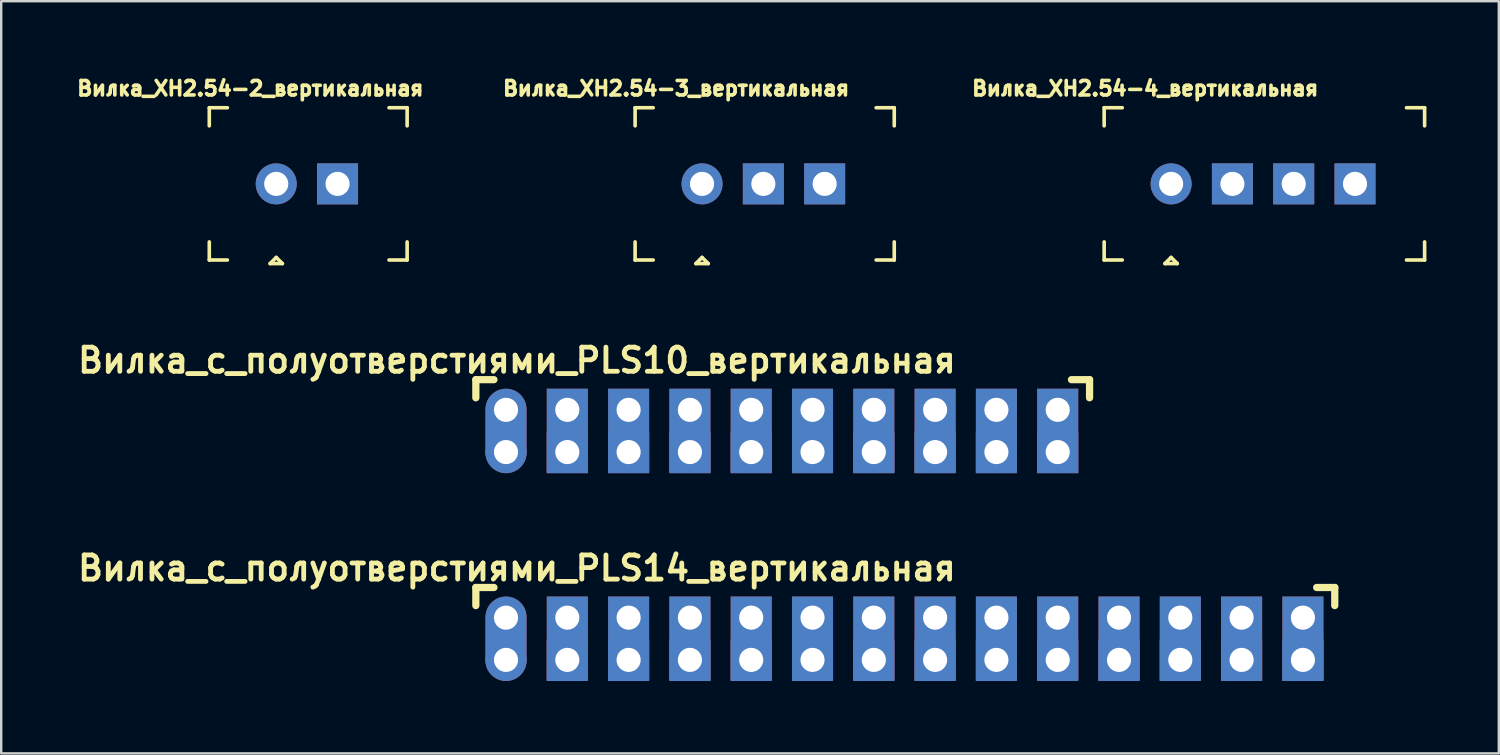
<source format=kicad_pcb>
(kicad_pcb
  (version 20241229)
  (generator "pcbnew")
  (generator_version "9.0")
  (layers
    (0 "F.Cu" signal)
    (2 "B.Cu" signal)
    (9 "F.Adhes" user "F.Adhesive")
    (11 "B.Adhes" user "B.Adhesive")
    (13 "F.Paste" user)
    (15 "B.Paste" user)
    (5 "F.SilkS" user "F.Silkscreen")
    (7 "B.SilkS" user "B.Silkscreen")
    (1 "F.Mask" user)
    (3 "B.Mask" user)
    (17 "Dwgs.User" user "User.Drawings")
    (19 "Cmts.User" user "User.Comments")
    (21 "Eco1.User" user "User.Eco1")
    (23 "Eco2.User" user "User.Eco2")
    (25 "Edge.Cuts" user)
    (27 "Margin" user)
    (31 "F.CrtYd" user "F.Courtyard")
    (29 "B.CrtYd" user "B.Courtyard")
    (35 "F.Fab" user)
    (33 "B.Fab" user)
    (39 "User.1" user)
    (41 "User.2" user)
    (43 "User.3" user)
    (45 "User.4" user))
  (footprint "Вилка_XH2.54-3_вертикальная"
    (layer "F.Cu")
    (at 26.04 4.569)
    (property "Reference" "Вилка_XH2.54-3_вертикальная" (at -1.074 -3.955 0) (layer "F.SilkS") (effects (font (size 0.6 0.6) (thickness 0.15))))
    (attr through_hole)
    (fp_line (start -2.774 -3.155) (end -2.774 -2.405) (stroke (width 0.15) (type solid)) (layer "F.SilkS"))
    (fp_line (start -2.774 -3.155) (end -2.024 -3.155) (stroke (width 0.15) (type solid)) (layer "F.SilkS"))
    (fp_line (start -2.774 2.405) (end -2.774 3.155) (stroke (width 0.15) (type solid)) (layer "F.SilkS"))
    (fp_line (start -2.774 3.155) (end -2.024 3.155) (stroke (width 0.15) (type solid)) (layer "F.SilkS"))
    (fp_line (start -0.254 3.302) (end 0.254 3.302) (stroke (width 0.15) (type solid)) (layer "F.SilkS"))
    (fp_line (start 0 3.048) (end -0.254 3.302) (stroke (width 0.15) (type solid)) (layer "F.SilkS"))
    (fp_line (start 0.254 3.302) (end 0 3.048) (stroke (width 0.15) (type solid)) (layer "F.SilkS"))
    (fp_line (start 7.214 -3.155) (end 7.964 -3.155) (stroke (width 0.15) (type solid)) (layer "F.SilkS"))
    (fp_line (start 7.964 -3.155) (end 7.964 -2.405) (stroke (width 0.15) (type solid)) (layer "F.SilkS"))
    (fp_line (start 7.964 2.405) (end 7.964 3.155) (stroke (width 0.15) (type solid)) (layer "F.SilkS"))
    (fp_line (start 7.964 3.155) (end 7.214 3.155) (stroke (width 0.15) (type solid)) (layer "F.SilkS"))
    (pad "1" thru_hole circle (at 0 0) (size 1.7 1.7) (drill 1) (layers "*.Cu" "*.Mask"))
    (pad "2" thru_hole rect (at 2.54 0) (size 1.7 1.7) (drill 1) (layers "*.Cu" "*.Mask"))
    (pad "3" thru_hole rect (at 5.08 0) (size 1.7 1.7) (drill 1) (layers "*.Cu" "*.Mask")))
  (footprint "Вилка_XH2.54-4_вертикальная"
    (layer "F.Cu")
    (at 45.476 4.569)
    (property "Reference" "Вилка_XH2.54-4_вертикальная" (at -1.074 -3.955 0) (layer "F.SilkS") (effects (font (size 0.6 0.6) (thickness 0.15))))
    (attr through_hole)
    (fp_line (start -2.774 -3.155) (end -2.774 -2.405) (stroke (width 0.15) (type solid)) (layer "F.SilkS"))
    (fp_line (start -2.774 -3.155) (end -2.024 -3.155) (stroke (width 0.15) (type solid)) (layer "F.SilkS"))
    (fp_line (start -2.774 2.405) (end -2.774 3.155) (stroke (width 0.15) (type solid)) (layer "F.SilkS"))
    (fp_line (start -2.774 3.155) (end -2.024 3.155) (stroke (width 0.15) (type solid)) (layer "F.SilkS"))
    (fp_line (start -0.254 3.302) (end 0.254 3.302) (stroke (width 0.15) (type solid)) (layer "F.SilkS"))
    (fp_line (start 0 3.048) (end -0.254 3.302) (stroke (width 0.15) (type solid)) (layer "F.SilkS"))
    (fp_line (start 0.254 3.302) (end 0 3.048) (stroke (width 0.15) (type solid)) (layer "F.SilkS"))
    (fp_line (start 9.754 -3.155) (end 10.504 -3.155) (stroke (width 0.15) (type solid)) (layer "F.SilkS"))
    (fp_line (start 10.504 -3.155) (end 10.504 -2.405) (stroke (width 0.15) (type solid)) (layer "F.SilkS"))
    (fp_line (start 10.504 2.405) (end 10.504 3.155) (stroke (width 0.15) (type solid)) (layer "F.SilkS"))
    (fp_line (start 10.504 3.155) (end 9.754 3.155) (stroke (width 0.15) (type solid)) (layer "F.SilkS"))
    (pad "1" thru_hole circle (at 0 0) (size 1.7 1.7) (drill 1) (layers "*.Cu" "*.Mask"))
    (pad "2" thru_hole rect (at 2.54 0) (size 1.7 1.7) (drill 1) (layers "*.Cu" "*.Mask"))
    (pad "3" thru_hole rect (at 5.08 0) (size 1.7 1.7) (drill 1) (layers "*.Cu" "*.Mask"))
    (pad "4" thru_hole rect (at 7.62 0) (size 1.7 1.7) (drill 1) (layers "*.Cu" "*.Mask")))
  (footprint "Вилка_с_полуотверстиями_PLS10_вертикальная"
    (layer "F.Cu")
    (at 17.917 13.932)
    (property "Reference" "Вилка_с_полуотверстиями_PLS10_вертикальная" (at 0.45 -2.05 0) (layer "F.SilkS") (effects (font (size 1 1) (thickness 0.2))))
    (attr through_hole)
    (fp_line (start -1.25 -1.25) (end -1.25 -0.5) (stroke (width 0.3) (type solid)) (layer "F.SilkS"))
    (fp_line (start -1.25 -1.25) (end -0.5 -1.25) (stroke (width 0.3) (type solid)) (layer "F.SilkS"))
    (fp_line (start 23.43 -1.25) (end 24.18 -1.25) (stroke (width 0.3) (type solid)) (layer "F.SilkS"))
    (fp_line (start 24.18 -1.25) (end 24.18 -0.5) (stroke (width 0.3) (type solid)) (layer "F.SilkS"))
    (pad "1" thru_hole oval (at 0 0) (size 1.7 3.5) (drill 1 (offset 0 0.875)) (layers "*.Cu" "*.Mask"))
    (pad "1" thru_hole circle (at 0 1.75) (size 1.7 1.7) (drill 1) (layers "*.Cu" "*.Mask"))
    (pad "2" thru_hole rect (at 2.54 0) (size 1.7 3.5) (drill 1 (offset 0 0.875)) (layers "*.Cu" "*.Mask"))
    (pad "2" thru_hole rect (at 2.54 1.75) (size 1.7 1.7) (drill 1) (layers "*.Cu" "*.Mask"))
    (pad "3" thru_hole rect (at 5.08 0) (size 1.7 3.5) (drill 1 (offset 0 0.875)) (layers "*.Cu" "*.Mask"))
    (pad "3" thru_hole rect (at 5.08 1.75) (size 1.7 1.7) (drill 1) (layers "*.Cu" "*.Mask"))
    (pad "4" thru_hole rect (at 7.62 0) (size 1.7 3.5) (drill 1 (offset 0 0.875)) (layers "*.Cu" "*.Mask"))
    (pad "4" thru_hole rect (at 7.62 1.75) (size 1.7 1.7) (drill 1) (layers "*.Cu" "*.Mask"))
    (pad "5" thru_hole rect (at 10.16 0) (size 1.7 3.5) (drill 1 (offset 0 0.875)) (layers "*.Cu" "*.Mask"))
    (pad "5" thru_hole rect (at 10.16 1.75) (size 1.7 1.7) (drill 1) (layers "*.Cu" "*.Mask"))
    (pad "6" thru_hole rect (at 12.7 0) (size 1.7 3.5) (drill 1 (offset 0 0.875)) (layers "*.Cu" "*.Mask"))
    (pad "6" thru_hole rect (at 12.7 1.75) (size 1.7 1.7) (drill 1) (layers "*.Cu" "*.Mask"))
    (pad "7" thru_hole rect (at 15.24 0) (size 1.7 3.5) (drill 1 (offset 0 0.875)) (layers "*.Cu" "*.Mask"))
    (pad "7" thru_hole rect (at 15.24 1.75) (size 1.7 1.7) (drill 1) (layers "*.Cu" "*.Mask"))
    (pad "8" thru_hole rect (at 17.78 0) (size 1.7 3.5) (drill 1 (offset 0 0.875)) (layers "*.Cu" "*.Mask"))
    (pad "8" thru_hole rect (at 17.78 1.75) (size 1.7 1.7) (drill 1) (layers "*.Cu" "*.Mask"))
    (pad "9" thru_hole rect (at 20.32 0) (size 1.7 3.5) (drill 1 (offset 0 0.875)) (layers "*.Cu" "*.Mask"))
    (pad "9" thru_hole rect (at 20.32 1.75) (size 1.7 1.7) (drill 1) (layers "*.Cu" "*.Mask"))
    (pad "10" thru_hole rect (at 22.86 0) (size 1.7 3.5) (drill 1 (offset 0 0.875)) (layers "*.Cu" "*.Mask"))
    (pad "10" thru_hole rect (at 22.86 1.75) (size 1.7 1.7) (drill 1) (layers "*.Cu" "*.Mask")))
  (footprint "Вилка_XH2.54-2_вертикальная"
    (layer "F.Cu")
    (at 8.396 4.569)
    (property "Reference" "Вилка_XH2.54-2_вертикальная" (at -1.074 -3.955 0) (layer "F.SilkS") (effects (font (size 0.6 0.6) (thickness 0.15))))
    (attr through_hole)
    (fp_line (start -2.774 -3.155) (end -2.774 -2.405) (stroke (width 0.15) (type solid)) (layer "F.SilkS"))
    (fp_line (start -2.774 -3.155) (end -2.024 -3.155) (stroke (width 0.15) (type solid)) (layer "F.SilkS"))
    (fp_line (start -2.774 2.405) (end -2.774 3.155) (stroke (width 0.15) (type solid)) (layer "F.SilkS"))
    (fp_line (start -2.774 3.155) (end -2.024 3.155) (stroke (width 0.15) (type solid)) (layer "F.SilkS"))
    (fp_line (start -0.254 3.302) (end 0.254 3.302) (stroke (width 0.15) (type solid)) (layer "F.SilkS"))
    (fp_line (start 0 3.048) (end -0.254 3.302) (stroke (width 0.15) (type solid)) (layer "F.SilkS"))
    (fp_line (start 0.254 3.302) (end 0 3.048) (stroke (width 0.15) (type solid)) (layer "F.SilkS"))
    (fp_line (start 4.674 -3.155) (end 5.424 -3.155) (stroke (width 0.15) (type solid)) (layer "F.SilkS"))
    (fp_line (start 5.424 -3.155) (end 5.424 -2.405) (stroke (width 0.15) (type solid)) (layer "F.SilkS"))
    (fp_line (start 5.424 2.405) (end 5.424 3.155) (stroke (width 0.15) (type solid)) (layer "F.SilkS"))
    (fp_line (start 5.424 3.155) (end 4.674 3.155) (stroke (width 0.15) (type solid)) (layer "F.SilkS"))
    (pad "1" thru_hole circle (at 0 0) (size 1.7 1.7) (drill 1) (layers "*.Cu" "*.Mask"))
    (pad "2" thru_hole rect (at 2.54 0) (size 1.7 1.7) (drill 1) (layers "*.Cu" "*.Mask")))
  (footprint "Вилка_с_полуотверстиями_PLS14_вертикальная"
    (layer "F.Cu")
    (at 17.917 22.543)
    (property "Reference" "Вилка_с_полуотверстиями_PLS14_вертикальная" (at 0.45 -2.05 0) (layer "F.SilkS") (effects (font (size 1 1) (thickness 0.2))))
    (attr through_hole)
    (fp_line (start -1.25 -1.25) (end -1.25 -0.5) (stroke (width 0.3) (type solid)) (layer "F.SilkS"))
    (fp_line (start -1.25 -1.25) (end -0.5 -1.25) (stroke (width 0.3) (type solid)) (layer "F.SilkS"))
    (fp_line (start 33.59 -1.25) (end 34.34 -1.25) (stroke (width 0.3) (type solid)) (layer "F.SilkS"))
    (fp_line (start 34.34 -1.25) (end 34.34 -0.5) (stroke (width 0.3) (type solid)) (layer "F.SilkS"))
    (pad "1" thru_hole oval (at 0 0) (size 1.7 3.5) (drill 1 (offset 0 0.875)) (layers "*.Cu" "*.Mask"))
    (pad "1" thru_hole circle (at 0 1.75) (size 1.7 1.7) (drill 1) (layers "*.Cu" "*.Mask"))
    (pad "2" thru_hole rect (at 2.54 0) (size 1.7 3.5) (drill 1 (offset 0 0.875)) (layers "*.Cu" "*.Mask"))
    (pad "2" thru_hole rect (at 2.54 1.75) (size 1.7 1.7) (drill 1) (layers "*.Cu" "*.Mask"))
    (pad "3" thru_hole rect (at 5.08 0) (size 1.7 3.5) (drill 1 (offset 0 0.875)) (layers "*.Cu" "*.Mask"))
    (pad "3" thru_hole rect (at 5.08 1.75) (size 1.7 1.7) (drill 1) (layers "*.Cu" "*.Mask"))
    (pad "4" thru_hole rect (at 7.62 0) (size 1.7 3.5) (drill 1 (offset 0 0.875)) (layers "*.Cu" "*.Mask"))
    (pad "4" thru_hole rect (at 7.62 1.75) (size 1.7 1.7) (drill 1) (layers "*.Cu" "*.Mask"))
    (pad "5" thru_hole rect (at 10.16 0) (size 1.7 3.5) (drill 1 (offset 0 0.875)) (layers "*.Cu" "*.Mask"))
    (pad "5" thru_hole rect (at 10.16 1.75) (size 1.7 1.7) (drill 1) (layers "*.Cu" "*.Mask"))
    (pad "6" thru_hole rect (at 12.7 0) (size 1.7 3.5) (drill 1 (offset 0 0.875)) (layers "*.Cu" "*.Mask"))
    (pad "6" thru_hole rect (at 12.7 1.75) (size 1.7 1.7) (drill 1) (layers "*.Cu" "*.Mask"))
    (pad "7" thru_hole rect (at 15.24 0) (size 1.7 3.5) (drill 1 (offset 0 0.875)) (layers "*.Cu" "*.Mask"))
    (pad "7" thru_hole rect (at 15.24 1.75) (size 1.7 1.7) (drill 1) (layers "*.Cu" "*.Mask"))
    (pad "8" thru_hole rect (at 17.78 0) (size 1.7 3.5) (drill 1 (offset 0 0.875)) (layers "*.Cu" "*.Mask"))
    (pad "8" thru_hole rect (at 17.78 1.75) (size 1.7 1.7) (drill 1) (layers "*.Cu" "*.Mask"))
    (pad "9" thru_hole rect (at 20.32 0) (size 1.7 3.5) (drill 1 (offset 0 0.875)) (layers "*.Cu" "*.Mask"))
    (pad "9" thru_hole rect (at 20.32 1.75) (size 1.7 1.7) (drill 1) (layers "*.Cu" "*.Mask"))
    (pad "10" thru_hole rect (at 22.86 0) (size 1.7 3.5) (drill 1 (offset 0 0.875)) (layers "*.Cu" "*.Mask"))
    (pad "10" thru_hole rect (at 22.86 1.75) (size 1.7 1.7) (drill 1) (layers "*.Cu" "*.Mask"))
    (pad "11" thru_hole rect (at 25.4 0) (size 1.7 3.5) (drill 1 (offset 0 0.875)) (layers "*.Cu" "*.Mask"))
    (pad "11" thru_hole rect (at 25.4 1.75) (size 1.7 1.7) (drill 1) (layers "*.Cu" "*.Mask"))
    (pad "12" thru_hole rect (at 27.94 0) (size 1.7 3.5) (drill 1 (offset 0 0.875)) (layers "*.Cu" "*.Mask"))
    (pad "12" thru_hole rect (at 27.94 1.75) (size 1.7 1.7) (drill 1) (layers "*.Cu" "*.Mask"))
    (pad "13" thru_hole rect (at 30.48 0) (size 1.7 3.5) (drill 1 (offset 0 0.875)) (layers "*.Cu" "*.Mask"))
    (pad "13" thru_hole rect (at 30.48 1.75) (size 1.7 1.7) (drill 1) (layers "*.Cu" "*.Mask"))
    (pad "14" thru_hole rect (at 33.02 0) (size 1.7 3.5) (drill 1 (offset 0 0.875)) (layers "*.Cu" "*.Mask"))
    (pad "14" thru_hole rect (at 33.02 1.75) (size 1.7 1.7) (drill 1) (layers "*.Cu" "*.Mask")))
  (gr_rect
    (start -3 -3)
    (end 59.055 28.168)
    (stroke (width 0.1) (type default))
    (fill no)
    (layer "Edge.Cuts")))
</source>
